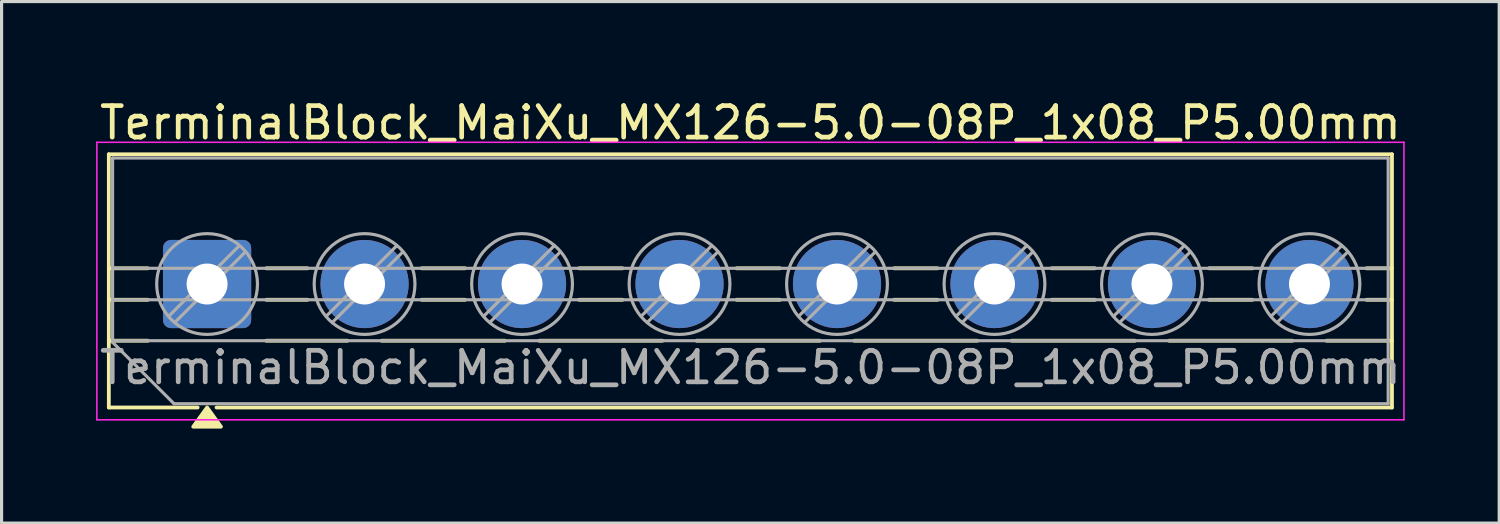
<source format=kicad_pcb>
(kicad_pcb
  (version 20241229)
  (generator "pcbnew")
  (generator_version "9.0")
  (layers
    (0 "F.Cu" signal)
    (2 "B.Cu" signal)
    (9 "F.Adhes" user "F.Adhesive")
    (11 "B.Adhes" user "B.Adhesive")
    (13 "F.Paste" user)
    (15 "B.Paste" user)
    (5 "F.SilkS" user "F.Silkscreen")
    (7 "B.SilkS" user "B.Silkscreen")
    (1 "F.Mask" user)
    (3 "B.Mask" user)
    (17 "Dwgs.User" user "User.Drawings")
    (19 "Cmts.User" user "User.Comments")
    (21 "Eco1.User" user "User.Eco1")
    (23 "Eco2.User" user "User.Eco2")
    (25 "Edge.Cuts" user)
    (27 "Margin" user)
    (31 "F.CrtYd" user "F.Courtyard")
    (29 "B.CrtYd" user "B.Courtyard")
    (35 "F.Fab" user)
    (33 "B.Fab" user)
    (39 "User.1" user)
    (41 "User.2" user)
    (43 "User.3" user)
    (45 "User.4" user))
  (footprint "TerminalBlock_MaiXu_MX126-5.0-08P_1x08_P5.00mm"
    (layer "F.Cu")
    (at 3.525 5.968)
    (property "Reference" "TerminalBlock_MaiXu_MX126-5.0-08P_1x08_P5.00mm" (at 17.25 -5.12 0) (layer "F.SilkS") (effects (font (size 1 1) (thickness 0.15))))
    (attr through_hole)
    (fp_line (start -3.12 -4.12) (end -3.12 3.92) (stroke (width 0.12) (type solid)) (layer "F.SilkS"))
    (fp_line (start -3.12 -4.12) (end 37.62 -4.12) (stroke (width 0.12) (type solid)) (layer "F.SilkS"))
    (fp_line (start -3.12 -0.5) (end -1.88 -0.5) (stroke (width 0.12) (type solid)) (layer "F.SilkS"))
    (fp_line (start -3.12 0.5) (end -1.88 0.5) (stroke (width 0.12) (type solid)) (layer "F.SilkS"))
    (fp_line (start -3.12 1.8) (end -1.88 1.8) (stroke (width 0.12) (type solid)) (layer "F.SilkS"))
    (fp_line (start -3.12 3.92) (end -0.3 3.92) (stroke (width 0.12) (type solid)) (layer "F.SilkS"))
    (fp_line (start 0.3 3.92) (end 37.62 3.92) (stroke (width 0.12) (type solid)) (layer "F.SilkS"))
    (fp_line (start 1.88 -0.5) (end 3.188 -0.5) (stroke (width 0.12) (type solid)) (layer "F.SilkS"))
    (fp_line (start 1.88 0.5) (end 3.188 0.5) (stroke (width 0.12) (type solid)) (layer "F.SilkS"))
    (fp_line (start 1.88 1.8) (end 4.457 1.8) (stroke (width 0.12) (type solid)) (layer "F.SilkS"))
    (fp_line (start 5.543 1.8) (end 9.457 1.8) (stroke (width 0.12) (type solid)) (layer "F.SilkS"))
    (fp_line (start 6.812 -0.5) (end 8.188 -0.5) (stroke (width 0.12) (type solid)) (layer "F.SilkS"))
    (fp_line (start 6.812 0.5) (end 8.188 0.5) (stroke (width 0.12) (type solid)) (layer "F.SilkS"))
    (fp_line (start 10.543 1.8) (end 14.457 1.8) (stroke (width 0.12) (type solid)) (layer "F.SilkS"))
    (fp_line (start 11.812 -0.5) (end 13.188 -0.5) (stroke (width 0.12) (type solid)) (layer "F.SilkS"))
    (fp_line (start 11.812 0.5) (end 13.188 0.5) (stroke (width 0.12) (type solid)) (layer "F.SilkS"))
    (fp_line (start 15.543 1.8) (end 19.457 1.8) (stroke (width 0.12) (type solid)) (layer "F.SilkS"))
    (fp_line (start 16.812 -0.5) (end 18.188 -0.5) (stroke (width 0.12) (type solid)) (layer "F.SilkS"))
    (fp_line (start 16.812 0.5) (end 18.188 0.5) (stroke (width 0.12) (type solid)) (layer "F.SilkS"))
    (fp_line (start 20.543 1.8) (end 24.457 1.8) (stroke (width 0.12) (type solid)) (layer "F.SilkS"))
    (fp_line (start 21.812 -0.5) (end 23.188 -0.5) (stroke (width 0.12) (type solid)) (layer "F.SilkS"))
    (fp_line (start 21.812 0.5) (end 23.188 0.5) (stroke (width 0.12) (type solid)) (layer "F.SilkS"))
    (fp_line (start 25.543 1.8) (end 29.457 1.8) (stroke (width 0.12) (type solid)) (layer "F.SilkS"))
    (fp_line (start 26.812 -0.5) (end 28.188 -0.5) (stroke (width 0.12) (type solid)) (layer "F.SilkS"))
    (fp_line (start 26.812 0.5) (end 28.188 0.5) (stroke (width 0.12) (type solid)) (layer "F.SilkS"))
    (fp_line (start 30.543 1.8) (end 34.457 1.8) (stroke (width 0.12) (type solid)) (layer "F.SilkS"))
    (fp_line (start 31.812 -0.5) (end 33.188 -0.5) (stroke (width 0.12) (type solid)) (layer "F.SilkS"))
    (fp_line (start 31.812 0.5) (end 33.188 0.5) (stroke (width 0.12) (type solid)) (layer "F.SilkS"))
    (fp_line (start 35.543 1.8) (end 37.62 1.8) (stroke (width 0.12) (type solid)) (layer "F.SilkS"))
    (fp_line (start 36.812 -0.5) (end 37.62 -0.5) (stroke (width 0.12) (type solid)) (layer "F.SilkS"))
    (fp_line (start 36.812 0.5) (end 37.62 0.5) (stroke (width 0.12) (type solid)) (layer "F.SilkS"))
    (fp_line (start 37.62 -4.12) (end 37.62 3.92) (stroke (width 0.12) (type solid)) (layer "F.SilkS"))
    (fp_poly (pts (xy 0 3.92) (xy 0.44 4.53) (xy -0.44 4.53)) (stroke (width 0.12) (type solid)) (fill yes) (layer "F.SilkS"))
    (fp_line (start -3.5 -4.5) (end -3.5 4.31) (stroke (width 0.05) (type solid)) (layer "F.CrtYd"))
    (fp_line (start -3.5 4.31) (end 38 4.31) (stroke (width 0.05) (type solid)) (layer "F.CrtYd"))
    (fp_line (start 38 -4.5) (end -3.5 -4.5) (stroke (width 0.05) (type solid)) (layer "F.CrtYd"))
    (fp_line (start 38 4.31) (end 38 -4.5) (stroke (width 0.05) (type solid)) (layer "F.CrtYd"))
    (fp_line (start -3 -4) (end 37.5 -4) (stroke (width 0.1) (type solid)) (layer "F.Fab"))
    (fp_line (start -3 -0.5) (end 37.5 -0.5) (stroke (width 0.1) (type solid)) (layer "F.Fab"))
    (fp_line (start -3 0.5) (end 37.5 0.5) (stroke (width 0.1) (type solid)) (layer "F.Fab"))
    (fp_line (start -3 1.8) (end 37.5 1.8) (stroke (width 0.1) (type solid)) (layer "F.Fab"))
    (fp_line (start -3 1.85) (end -3 -4) (stroke (width 0.1) (type solid)) (layer "F.Fab"))
    (fp_line (start -1.05 3.8) (end -3 1.85) (stroke (width 0.1) (type solid)) (layer "F.Fab"))
    (fp_line (start 1.018 -1.213) (end -1.214 1.018) (stroke (width 0.1) (type solid)) (layer "F.Fab"))
    (fp_line (start 1.213 -1.018) (end -1.018 1.213) (stroke (width 0.1) (type solid)) (layer "F.Fab"))
    (fp_line (start 6.018 -1.213) (end 3.786 1.018) (stroke (width 0.1) (type solid)) (layer "F.Fab"))
    (fp_line (start 6.213 -1.018) (end 3.982 1.213) (stroke (width 0.1) (type solid)) (layer "F.Fab"))
    (fp_line (start 11.018 -1.213) (end 8.786 1.018) (stroke (width 0.1) (type solid)) (layer "F.Fab"))
    (fp_line (start 11.213 -1.018) (end 8.982 1.213) (stroke (width 0.1) (type solid)) (layer "F.Fab"))
    (fp_line (start 16.018 -1.213) (end 13.786 1.018) (stroke (width 0.1) (type solid)) (layer "F.Fab"))
    (fp_line (start 16.213 -1.018) (end 13.982 1.213) (stroke (width 0.1) (type solid)) (layer "F.Fab"))
    (fp_line (start 21.018 -1.213) (end 18.786 1.018) (stroke (width 0.1) (type solid)) (layer "F.Fab"))
    (fp_line (start 21.213 -1.018) (end 18.982 1.213) (stroke (width 0.1) (type solid)) (layer "F.Fab"))
    (fp_line (start 26.018 -1.213) (end 23.786 1.018) (stroke (width 0.1) (type solid)) (layer "F.Fab"))
    (fp_line (start 26.213 -1.018) (end 23.982 1.213) (stroke (width 0.1) (type solid)) (layer "F.Fab"))
    (fp_line (start 31.018 -1.213) (end 28.786 1.018) (stroke (width 0.1) (type solid)) (layer "F.Fab"))
    (fp_line (start 31.213 -1.018) (end 28.982 1.213) (stroke (width 0.1) (type solid)) (layer "F.Fab"))
    (fp_line (start 36.018 -1.213) (end 33.786 1.018) (stroke (width 0.1) (type solid)) (layer "F.Fab"))
    (fp_line (start 36.213 -1.018) (end 33.982 1.213) (stroke (width 0.1) (type solid)) (layer "F.Fab"))
    (fp_line (start 37.5 -4) (end 37.5 3.8) (stroke (width 0.1) (type solid)) (layer "F.Fab"))
    (fp_line (start 37.5 3.8) (end -1.05 3.8) (stroke (width 0.1) (type solid)) (layer "F.Fab"))
    (fp_circle (center 0 0) (end 1.6 0) (stroke (width 0.1) (type solid)) (fill no) (layer "F.Fab"))
    (fp_circle (center 5 0) (end 6.6 0) (stroke (width 0.1) (type solid)) (fill no) (layer "F.Fab"))
    (fp_circle (center 10 0) (end 11.6 0) (stroke (width 0.1) (type solid)) (fill no) (layer "F.Fab"))
    (fp_circle (center 15 0) (end 16.6 0) (stroke (width 0.1) (type solid)) (fill no) (layer "F.Fab"))
    (fp_circle (center 20 0) (end 21.6 0) (stroke (width 0.1) (type solid)) (fill no) (layer "F.Fab"))
    (fp_circle (center 25 0) (end 26.6 0) (stroke (width 0.1) (type solid)) (fill no) (layer "F.Fab"))
    (fp_circle (center 30 0) (end 31.6 0) (stroke (width 0.1) (type solid)) (fill no) (layer "F.Fab"))
    (fp_circle (center 35 0) (end 36.6 0) (stroke (width 0.1) (type solid)) (fill no) (layer "F.Fab"))
    (fp_text user "${REFERENCE}" (at 17.25 2.65 0) (layer "F.Fab") (effects (font (size 1 1) (thickness 0.15))))
    (pad "1" thru_hole roundrect (at 0 0) (size 2.8 2.8) (drill 1.3) (layers "*.Cu" "*.Mask") (roundrect_rratio 0.089))
    (pad "2" thru_hole circle (at 5 0) (size 2.8 2.8) (drill 1.3) (layers "*.Cu" "*.Mask"))
    (pad "3" thru_hole circle (at 10 0) (size 2.8 2.8) (drill 1.3) (layers "*.Cu" "*.Mask"))
    (pad "4" thru_hole circle (at 15 0) (size 2.8 2.8) (drill 1.3) (layers "*.Cu" "*.Mask"))
    (pad "5" thru_hole circle (at 20 0) (size 2.8 2.8) (drill 1.3) (layers "*.Cu" "*.Mask"))
    (pad "6" thru_hole circle (at 25 0) (size 2.8 2.8) (drill 1.3) (layers "*.Cu" "*.Mask"))
    (pad "7" thru_hole circle (at 30 0) (size 2.8 2.8) (drill 1.3) (layers "*.Cu" "*.Mask"))
    (pad "8" thru_hole circle (at 35 0) (size 2.8 2.8) (drill 1.3) (layers "*.Cu" "*.Mask")))
  (gr_rect
    (start -3 -3)
    (end 44.55 13.558)
    (stroke (width 0.1) (type default))
    (fill no)
    (layer "Edge.Cuts")))
</source>
